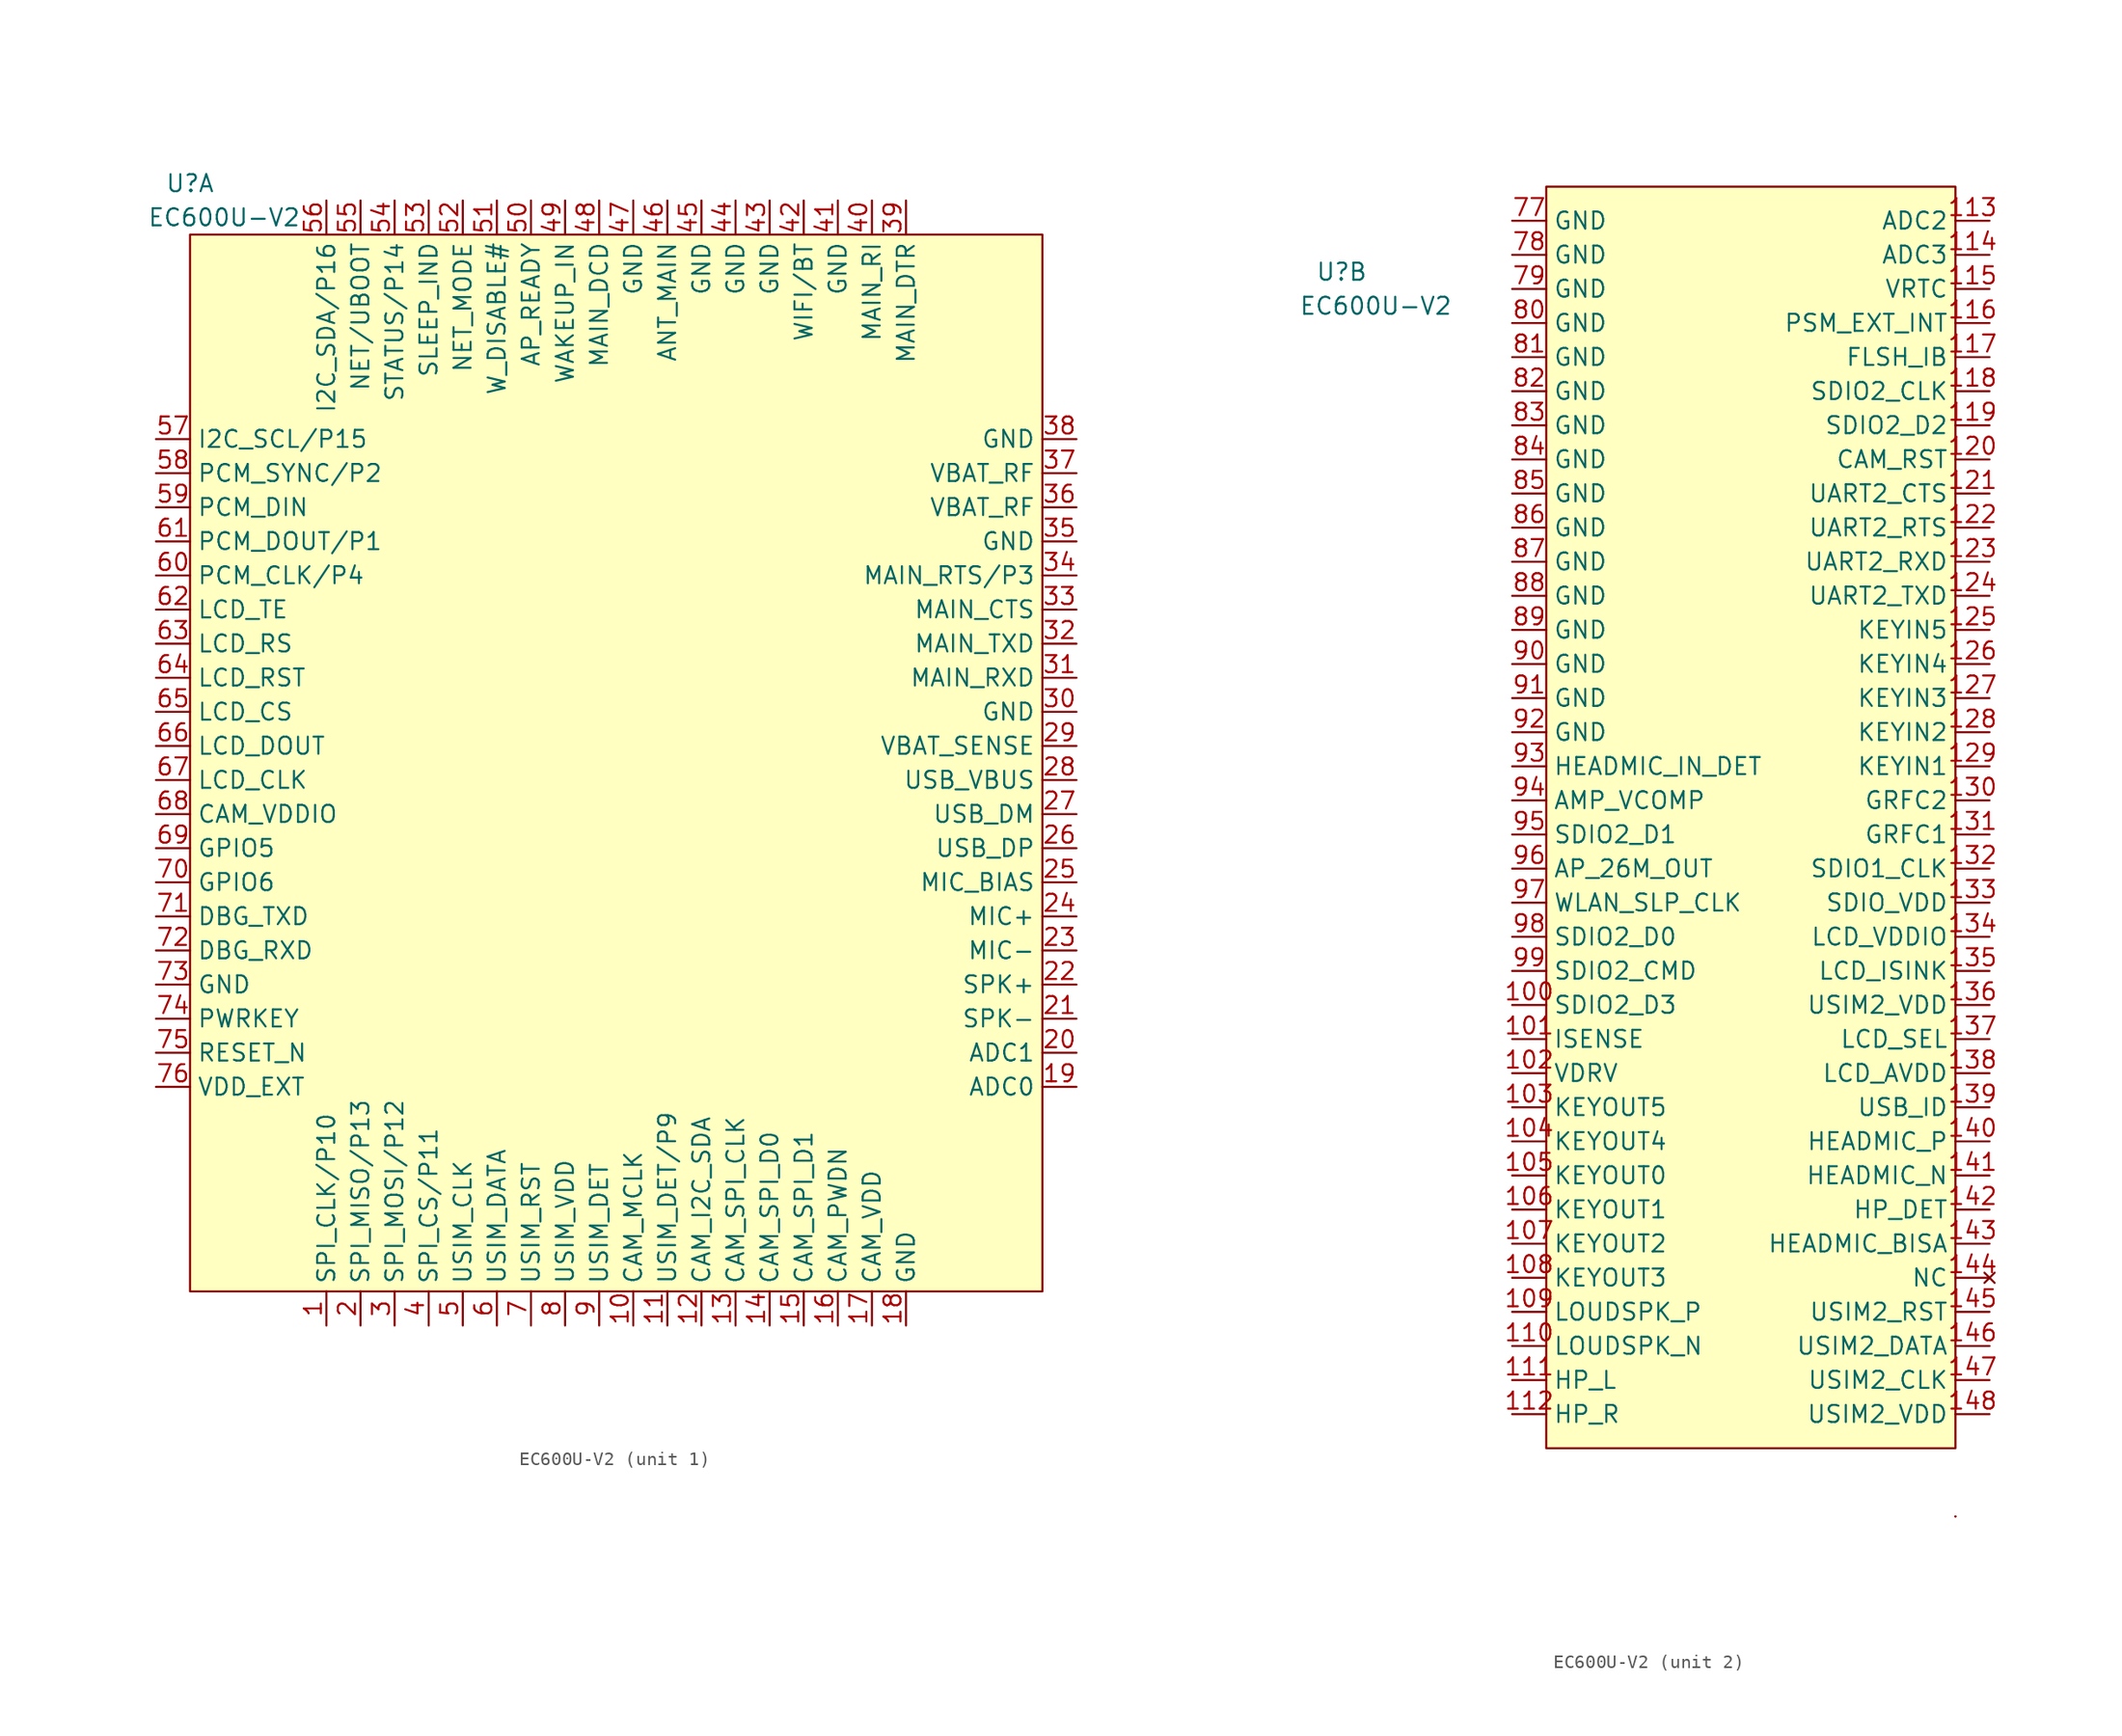
<source format=kicad_sym>
(kicad_symbol_lib
  (version 20211014)
  (generator kicad_symbol_editor)
  (symbol "EC600U-V2"
    (property "Reference" "U"
      (at -30.48 43.18 0)
      (effects (font (size 1.27 1.27))))
    (property "Value" "EC600U-V2"
      (at -27.94 40.64 0)
      (effects (font (size 1.27 1.27))))
    (property "ki_locked" ""
      (at 0 0 0)
      (effects (font (size 1.27 1.27))))
    (symbol "EC600U-V2_1_1"
      (rectangle (start -30.48 39.37) (end 33.02 -39.37) (stroke (width 0) (type default) (color 0 0 0 0)) (fill (type background)))
      (pin bidirectional line (at -20.32 -41.91 90) (length 2.54) (name "SPI_CLK/P10" (effects (font (size 1.27 1.27)))) (number "1" (effects (font (size 1.27 1.27)))))
      (pin bidirectional line (at 2.54 -41.91 90) (length 2.54) (name "CAM_MCLK" (effects (font (size 1.27 1.27)))) (number "10" (effects (font (size 1.27 1.27)))))
      (pin bidirectional line (at 5.08 -41.91 90) (length 2.54) (name "USIM_DET/P9" (effects (font (size 1.27 1.27)))) (number "11" (effects (font (size 1.27 1.27)))))
      (pin bidirectional line (at 7.62 -41.91 90) (length 2.54) (name "CAM_I2C_SDA" (effects (font (size 1.27 1.27)))) (number "12" (effects (font (size 1.27 1.27)))))
      (pin bidirectional line (at 10.16 -41.91 90) (length 2.54) (name "CAM_SPI_CLK" (effects (font (size 1.27 1.27)))) (number "13" (effects (font (size 1.27 1.27)))))
      (pin bidirectional line (at 12.7 -41.91 90) (length 2.54) (name "CAM_SPI_D0" (effects (font (size 1.27 1.27)))) (number "14" (effects (font (size 1.27 1.27)))))
      (pin bidirectional line (at 15.24 -41.91 90) (length 2.54) (name "CAM_SPI_D1" (effects (font (size 1.27 1.27)))) (number "15" (effects (font (size 1.27 1.27)))))
      (pin bidirectional line (at 17.78 -41.91 90) (length 2.54) (name "CAM_PWDN" (effects (font (size 1.27 1.27)))) (number "16" (effects (font (size 1.27 1.27)))))
      (pin bidirectional line (at 20.32 -41.91 90) (length 2.54) (name "CAM_VDD" (effects (font (size 1.27 1.27)))) (number "17" (effects (font (size 1.27 1.27)))))
      (pin power_in line (at 22.86 -41.91 90) (length 2.54) (name "GND" (effects (font (size 1.27 1.27)))) (number "18" (effects (font (size 1.27 1.27)))))
      (pin input line (at 35.56 -24.13 180) (length 2.54) (name "ADC0" (effects (font (size 1.27 1.27)))) (number "19" (effects (font (size 1.27 1.27)))))
      (pin bidirectional line (at -17.78 -41.91 90) (length 2.54) (name "SPI_MISO/P13" (effects (font (size 1.27 1.27)))) (number "2" (effects (font (size 1.27 1.27)))))
      (pin input line (at 35.56 -21.59 180) (length 2.54) (name "ADC1" (effects (font (size 1.27 1.27)))) (number "20" (effects (font (size 1.27 1.27)))))
      (pin bidirectional line (at 35.56 -19.05 180) (length 2.54) (name "SPK-" (effects (font (size 1.27 1.27)))) (number "21" (effects (font (size 1.27 1.27)))))
      (pin bidirectional line (at 35.56 -16.51 180) (length 2.54) (name "SPK+" (effects (font (size 1.27 1.27)))) (number "22" (effects (font (size 1.27 1.27)))))
      (pin bidirectional line (at 35.56 -13.97 180) (length 2.54) (name "MIC-" (effects (font (size 1.27 1.27)))) (number "23" (effects (font (size 1.27 1.27)))))
      (pin bidirectional line (at 35.56 -11.43 180) (length 2.54) (name "MIC+" (effects (font (size 1.27 1.27)))) (number "24" (effects (font (size 1.27 1.27)))))
      (pin bidirectional line (at 35.56 -8.89 180) (length 2.54) (name "MIC_BIAS" (effects (font (size 1.27 1.27)))) (number "25" (effects (font (size 1.27 1.27)))))
      (pin bidirectional line (at 35.56 -6.35 180) (length 2.54) (name "USB_DP" (effects (font (size 1.27 1.27)))) (number "26" (effects (font (size 1.27 1.27)))))
      (pin bidirectional line (at 35.56 -3.81 180) (length 2.54) (name "USB_DM" (effects (font (size 1.27 1.27)))) (number "27" (effects (font (size 1.27 1.27)))))
      (pin input line (at 35.56 -1.27 180) (length 2.54) (name "USB_VBUS" (effects (font (size 1.27 1.27)))) (number "28" (effects (font (size 1.27 1.27)))))
      (pin power_in line (at 35.56 1.27 180) (length 2.54) (name "VBAT_SENSE" (effects (font (size 1.27 1.27)))) (number "29" (effects (font (size 1.27 1.27)))))
      (pin bidirectional line (at -15.24 -41.91 90) (length 2.54) (name "SPI_MOSI/P12" (effects (font (size 1.27 1.27)))) (number "3" (effects (font (size 1.27 1.27)))))
      (pin power_in line (at 35.56 3.81 180) (length 2.54) (name "GND" (effects (font (size 1.27 1.27)))) (number "30" (effects (font (size 1.27 1.27)))))
      (pin bidirectional line (at 35.56 6.35 180) (length 2.54) (name "MAIN_RXD" (effects (font (size 1.27 1.27)))) (number "31" (effects (font (size 1.27 1.27)))))
      (pin bidirectional line (at 35.56 8.89 180) (length 2.54) (name "MAIN_TXD" (effects (font (size 1.27 1.27)))) (number "32" (effects (font (size 1.27 1.27)))))
      (pin bidirectional line (at 35.56 11.43 180) (length 2.54) (name "MAIN_CTS" (effects (font (size 1.27 1.27)))) (number "33" (effects (font (size 1.27 1.27)))))
      (pin bidirectional line (at 35.56 13.97 180) (length 2.54) (name "MAIN_RTS/P3" (effects (font (size 1.27 1.27)))) (number "34" (effects (font (size 1.27 1.27)))))
      (pin power_in line (at 35.56 16.51 180) (length 2.54) (name "GND" (effects (font (size 1.27 1.27)))) (number "35" (effects (font (size 1.27 1.27)))))
      (pin power_in line (at 35.56 19.05 180) (length 2.54) (name "VBAT_RF" (effects (font (size 1.27 1.27)))) (number "36" (effects (font (size 1.27 1.27)))))
      (pin power_in line (at 35.56 21.59 180) (length 2.54) (name "VBAT_RF" (effects (font (size 1.27 1.27)))) (number "37" (effects (font (size 1.27 1.27)))))
      (pin power_in line (at 35.56 24.13 180) (length 2.54) (name "GND" (effects (font (size 1.27 1.27)))) (number "38" (effects (font (size 1.27 1.27)))))
      (pin bidirectional line (at 22.86 41.91 270) (length 2.54) (name "MAIN_DTR" (effects (font (size 1.27 1.27)))) (number "39" (effects (font (size 1.27 1.27)))))
      (pin bidirectional line (at -12.7 -41.91 90) (length 2.54) (name "SPI_CS/P11" (effects (font (size 1.27 1.27)))) (number "4" (effects (font (size 1.27 1.27)))))
      (pin bidirectional line (at 20.32 41.91 270) (length 2.54) (name "MAIN_RI" (effects (font (size 1.27 1.27)))) (number "40" (effects (font (size 1.27 1.27)))))
      (pin bidirectional line (at 17.78 41.91 270) (length 2.54) (name "GND" (effects (font (size 1.27 1.27)))) (number "41" (effects (font (size 1.27 1.27)))))
      (pin bidirectional line (at 15.24 41.91 270) (length 2.54) (name "WIFI/BT" (effects (font (size 1.27 1.27)))) (number "42" (effects (font (size 1.27 1.27)))))
      (pin power_in line (at 12.7 41.91 270) (length 2.54) (name "GND" (effects (font (size 1.27 1.27)))) (number "43" (effects (font (size 1.27 1.27)))))
      (pin power_in line (at 10.16 41.91 270) (length 2.54) (name "GND" (effects (font (size 1.27 1.27)))) (number "44" (effects (font (size 1.27 1.27)))))
      (pin power_in line (at 7.62 41.91 270) (length 2.54) (name "GND" (effects (font (size 1.27 1.27)))) (number "45" (effects (font (size 1.27 1.27)))))
      (pin bidirectional line (at 5.08 41.91 270) (length 2.54) (name "ANT_MAIN" (effects (font (size 1.27 1.27)))) (number "46" (effects (font (size 1.27 1.27)))))
      (pin power_in line (at 2.54 41.91 270) (length 2.54) (name "GND" (effects (font (size 1.27 1.27)))) (number "47" (effects (font (size 1.27 1.27)))))
      (pin bidirectional line (at 0 41.91 270) (length 2.54) (name "MAIN_DCD" (effects (font (size 1.27 1.27)))) (number "48" (effects (font (size 1.27 1.27)))))
      (pin bidirectional line (at -2.54 41.91 270) (length 2.54) (name "WAKEUP_IN" (effects (font (size 1.27 1.27)))) (number "49" (effects (font (size 1.27 1.27)))))
      (pin bidirectional line (at -10.16 -41.91 90) (length 2.54) (name "USIM_CLK" (effects (font (size 1.27 1.27)))) (number "5" (effects (font (size 1.27 1.27)))))
      (pin bidirectional line (at -5.08 41.91 270) (length 2.54) (name "AP_READY" (effects (font (size 1.27 1.27)))) (number "50" (effects (font (size 1.27 1.27)))))
      (pin bidirectional line (at -7.62 41.91 270) (length 2.54) (name "W_DISABLE#" (effects (font (size 1.27 1.27)))) (number "51" (effects (font (size 1.27 1.27)))))
      (pin bidirectional line (at -10.16 41.91 270) (length 2.54) (name "NET_MODE" (effects (font (size 1.27 1.27)))) (number "52" (effects (font (size 1.27 1.27)))))
      (pin bidirectional line (at -12.7 41.91 270) (length 2.54) (name "SLEEP_IND" (effects (font (size 1.27 1.27)))) (number "53" (effects (font (size 1.27 1.27)))))
      (pin bidirectional line (at -15.24 41.91 270) (length 2.54) (name "STATUS/P14" (effects (font (size 1.27 1.27)))) (number "54" (effects (font (size 1.27 1.27)))))
      (pin bidirectional line (at -17.78 41.91 270) (length 2.54) (name "NET/UBOOT" (effects (font (size 1.27 1.27)))) (number "55" (effects (font (size 1.27 1.27)))))
      (pin bidirectional line (at -20.32 41.91 270) (length 2.54) (name "I2C_SDA/P16" (effects (font (size 1.27 1.27)))) (number "56" (effects (font (size 1.27 1.27)))))
      (pin bidirectional line (at -33.02 24.13 0) (length 2.54) (name "I2C_SCL/P15" (effects (font (size 1.27 1.27)))) (number "57" (effects (font (size 1.27 1.27)))))
      (pin bidirectional line (at -33.02 21.59 0) (length 2.54) (name "PCM_SYNC/P2" (effects (font (size 1.27 1.27)))) (number "58" (effects (font (size 1.27 1.27)))))
      (pin bidirectional line (at -33.02 19.05 0) (length 2.54) (name "PCM_DIN" (effects (font (size 1.27 1.27)))) (number "59" (effects (font (size 1.27 1.27)))))
      (pin bidirectional line (at -7.62 -41.91 90) (length 2.54) (name "USIM_DATA" (effects (font (size 1.27 1.27)))) (number "6" (effects (font (size 1.27 1.27)))))
      (pin bidirectional line (at -33.02 13.97 0) (length 2.54) (name "PCM_CLK/P4" (effects (font (size 1.27 1.27)))) (number "60" (effects (font (size 1.27 1.27)))))
      (pin bidirectional line (at -33.02 16.51 0) (length 2.54) (name "PCM_DOUT/P1" (effects (font (size 1.27 1.27)))) (number "61" (effects (font (size 1.27 1.27)))))
      (pin bidirectional line (at -33.02 11.43 0) (length 2.54) (name "LCD_TE" (effects (font (size 1.27 1.27)))) (number "62" (effects (font (size 1.27 1.27)))))
      (pin bidirectional line (at -33.02 8.89 0) (length 2.54) (name "LCD_RS" (effects (font (size 1.27 1.27)))) (number "63" (effects (font (size 1.27 1.27)))))
      (pin bidirectional line (at -33.02 6.35 0) (length 2.54) (name "LCD_RST" (effects (font (size 1.27 1.27)))) (number "64" (effects (font (size 1.27 1.27)))))
      (pin bidirectional line (at -33.02 3.81 0) (length 2.54) (name "LCD_CS" (effects (font (size 1.27 1.27)))) (number "65" (effects (font (size 1.27 1.27)))))
      (pin bidirectional line (at -33.02 1.27 0) (length 2.54) (name "LCD_DOUT" (effects (font (size 1.27 1.27)))) (number "66" (effects (font (size 1.27 1.27)))))
      (pin bidirectional line (at -33.02 -1.27 0) (length 2.54) (name "LCD_CLK" (effects (font (size 1.27 1.27)))) (number "67" (effects (font (size 1.27 1.27)))))
      (pin bidirectional line (at -33.02 -3.81 0) (length 2.54) (name "CAM_VDDIO" (effects (font (size 1.27 1.27)))) (number "68" (effects (font (size 1.27 1.27)))))
      (pin bidirectional line (at -33.02 -6.35 0) (length 2.54) (name "GPIO5" (effects (font (size 1.27 1.27)))) (number "69" (effects (font (size 1.27 1.27)))))
      (pin bidirectional line (at -5.08 -41.91 90) (length 2.54) (name "USIM_RST" (effects (font (size 1.27 1.27)))) (number "7" (effects (font (size 1.27 1.27)))))
      (pin bidirectional line (at -33.02 -8.89 0) (length 2.54) (name "GPIO6" (effects (font (size 1.27 1.27)))) (number "70" (effects (font (size 1.27 1.27)))))
      (pin bidirectional line (at -33.02 -11.43 0) (length 2.54) (name "DBG_TXD" (effects (font (size 1.27 1.27)))) (number "71" (effects (font (size 1.27 1.27)))))
      (pin bidirectional line (at -33.02 -13.97 0) (length 2.54) (name "DBG_RXD" (effects (font (size 1.27 1.27)))) (number "72" (effects (font (size 1.27 1.27)))))
      (pin power_in line (at -33.02 -16.51 0) (length 2.54) (name "GND" (effects (font (size 1.27 1.27)))) (number "73" (effects (font (size 1.27 1.27)))))
      (pin input line (at -33.02 -19.05 0) (length 2.54) (name "PWRKEY" (effects (font (size 1.27 1.27)))) (number "74" (effects (font (size 1.27 1.27)))))
      (pin input line (at -33.02 -21.59 0) (length 2.54) (name "RESET_N" (effects (font (size 1.27 1.27)))) (number "75" (effects (font (size 1.27 1.27)))))
      (pin power_out line (at -33.02 -24.13 0) (length 2.54) (name "VDD_EXT" (effects (font (size 1.27 1.27)))) (number "76" (effects (font (size 1.27 1.27)))))
      (pin power_out line (at -2.54 -41.91 90) (length 2.54) (name "USIM_VDD" (effects (font (size 1.27 1.27)))) (number "8" (effects (font (size 1.27 1.27)))))
      (pin input line (at 0 -41.91 90) (length 2.54) (name "USIM_DET" (effects (font (size 1.27 1.27)))) (number "9" (effects (font (size 1.27 1.27))))))
    (symbol "EC600U-V2_2_1"
      (rectangle (start -15.24 49.53) (end 15.24 -44.45) (stroke (width 0) (type default) (color 0 0 0 0)) (fill (type background)))
      (rectangle (start 15.24 -49.53) (end 15.24 -49.53) (stroke (width 0) (type default) (color 0 0 0 0)) (fill (type none)))
      (rectangle (start 15.24 -49.53) (end 15.24 -49.53) (stroke (width 0) (type default) (color 0 0 0 0)) (fill (type none)))
      (pin bidirectional line (at -17.78 -11.43 0) (length 2.54) (name "SDIO2_D3" (effects (font (size 1.27 1.27)))) (number "100" (effects (font (size 1.27 1.27)))))
      (pin power_in line (at -17.78 -13.97 0) (length 2.54) (name "ISENSE" (effects (font (size 1.27 1.27)))) (number "101" (effects (font (size 1.27 1.27)))))
      (pin power_out line (at -17.78 -16.51 0) (length 2.54) (name "VDRV" (effects (font (size 1.27 1.27)))) (number "102" (effects (font (size 1.27 1.27)))))
      (pin bidirectional line (at -17.78 -19.05 0) (length 2.54) (name "KEYOUT5" (effects (font (size 1.27 1.27)))) (number "103" (effects (font (size 1.27 1.27)))))
      (pin bidirectional line (at -17.78 -21.59 0) (length 2.54) (name "KEYOUT4" (effects (font (size 1.27 1.27)))) (number "104" (effects (font (size 1.27 1.27)))))
      (pin bidirectional line (at -17.78 -24.13 0) (length 2.54) (name "KEYOUT0" (effects (font (size 1.27 1.27)))) (number "105" (effects (font (size 1.27 1.27)))))
      (pin bidirectional line (at -17.78 -26.67 0) (length 2.54) (name "KEYOUT1" (effects (font (size 1.27 1.27)))) (number "106" (effects (font (size 1.27 1.27)))))
      (pin bidirectional line (at -17.78 -29.21 0) (length 2.54) (name "KEYOUT2" (effects (font (size 1.27 1.27)))) (number "107" (effects (font (size 1.27 1.27)))))
      (pin bidirectional line (at -17.78 -31.75 0) (length 2.54) (name "KEYOUT3" (effects (font (size 1.27 1.27)))) (number "108" (effects (font (size 1.27 1.27)))))
      (pin bidirectional line (at -17.78 -34.29 0) (length 2.54) (name "LOUDSPK_P" (effects (font (size 1.27 1.27)))) (number "109" (effects (font (size 1.27 1.27)))))
      (pin bidirectional line (at -17.78 -36.83 0) (length 2.54) (name "LOUDSPK_N" (effects (font (size 1.27 1.27)))) (number "110" (effects (font (size 1.27 1.27)))))
      (pin bidirectional line (at -17.78 -39.37 0) (length 2.54) (name "HP_L" (effects (font (size 1.27 1.27)))) (number "111" (effects (font (size 1.27 1.27)))))
      (pin bidirectional line (at -17.78 -41.91 0) (length 2.54) (name "HP_R" (effects (font (size 1.27 1.27)))) (number "112" (effects (font (size 1.27 1.27)))))
      (pin input line (at 17.78 46.99 180) (length 2.54) (name "ADC2" (effects (font (size 1.27 1.27)))) (number "113" (effects (font (size 1.27 1.27)))))
      (pin input line (at 17.78 44.45 180) (length 2.54) (name "ADC3" (effects (font (size 1.27 1.27)))) (number "114" (effects (font (size 1.27 1.27)))))
      (pin power_in line (at 17.78 41.91 180) (length 2.54) (name "VRTC" (effects (font (size 1.27 1.27)))) (number "115" (effects (font (size 1.27 1.27)))))
      (pin bidirectional line (at 17.78 39.37 180) (length 2.54) (name "PSM_EXT_INT" (effects (font (size 1.27 1.27)))) (number "116" (effects (font (size 1.27 1.27)))))
      (pin power_in line (at 17.78 36.83 180) (length 2.54) (name "FLSH_IB" (effects (font (size 1.27 1.27)))) (number "117" (effects (font (size 1.27 1.27)))))
      (pin bidirectional line (at 17.78 34.29 180) (length 2.54) (name "SDIO2_CLK" (effects (font (size 1.27 1.27)))) (number "118" (effects (font (size 1.27 1.27)))))
      (pin bidirectional line (at 17.78 31.75 180) (length 2.54) (name "SDIO2_D2" (effects (font (size 1.27 1.27)))) (number "119" (effects (font (size 1.27 1.27)))))
      (pin bidirectional line (at 17.78 29.21 180) (length 2.54) (name "CAM_RST" (effects (font (size 1.27 1.27)))) (number "120" (effects (font (size 1.27 1.27)))))
      (pin bidirectional line (at 17.78 26.67 180) (length 2.54) (name "UART2_CTS" (effects (font (size 1.27 1.27)))) (number "121" (effects (font (size 1.27 1.27)))))
      (pin bidirectional line (at 17.78 24.13 180) (length 2.54) (name "UART2_RTS" (effects (font (size 1.27 1.27)))) (number "122" (effects (font (size 1.27 1.27)))))
      (pin bidirectional line (at 17.78 21.59 180) (length 2.54) (name "UART2_RXD" (effects (font (size 1.27 1.27)))) (number "123" (effects (font (size 1.27 1.27)))))
      (pin bidirectional line (at 17.78 19.05 180) (length 2.54) (name "UART2_TXD" (effects (font (size 1.27 1.27)))) (number "124" (effects (font (size 1.27 1.27)))))
      (pin bidirectional line (at 17.78 16.51 180) (length 2.54) (name "KEYIN5" (effects (font (size 1.27 1.27)))) (number "125" (effects (font (size 1.27 1.27)))))
      (pin bidirectional line (at 17.78 13.97 180) (length 2.54) (name "KEYIN4" (effects (font (size 1.27 1.27)))) (number "126" (effects (font (size 1.27 1.27)))))
      (pin bidirectional line (at 17.78 11.43 180) (length 2.54) (name "KEYIN3" (effects (font (size 1.27 1.27)))) (number "127" (effects (font (size 1.27 1.27)))))
      (pin bidirectional line (at 17.78 8.89 180) (length 2.54) (name "KEYIN2" (effects (font (size 1.27 1.27)))) (number "128" (effects (font (size 1.27 1.27)))))
      (pin bidirectional line (at 17.78 6.35 180) (length 2.54) (name "KEYIN1" (effects (font (size 1.27 1.27)))) (number "129" (effects (font (size 1.27 1.27)))))
      (pin bidirectional line (at 17.78 3.81 180) (length 2.54) (name "GRFC2" (effects (font (size 1.27 1.27)))) (number "130" (effects (font (size 1.27 1.27)))))
      (pin bidirectional line (at 17.78 1.27 180) (length 2.54) (name "GRFC1" (effects (font (size 1.27 1.27)))) (number "131" (effects (font (size 1.27 1.27)))))
      (pin bidirectional line (at 17.78 -1.27 180) (length 2.54) (name "SDIO1_CLK" (effects (font (size 1.27 1.27)))) (number "132" (effects (font (size 1.27 1.27)))))
      (pin power_out line (at 17.78 -3.81 180) (length 2.54) (name "SDIO_VDD" (effects (font (size 1.27 1.27)))) (number "133" (effects (font (size 1.27 1.27)))))
      (pin power_out line (at 17.78 -6.35 180) (length 2.54) (name "LCD_VDDIO" (effects (font (size 1.27 1.27)))) (number "134" (effects (font (size 1.27 1.27)))))
      (pin bidirectional line (at 17.78 -8.89 180) (length 2.54) (name "LCD_ISINK" (effects (font (size 1.27 1.27)))) (number "135" (effects (font (size 1.27 1.27)))))
      (pin power_out line (at 17.78 -11.43 180) (length 2.54) (name "USIM2_VDD" (effects (font (size 1.27 1.27)))) (number "136" (effects (font (size 1.27 1.27)))))
      (pin bidirectional line (at 17.78 -13.97 180) (length 2.54) (name "LCD_SEL" (effects (font (size 1.27 1.27)))) (number "137" (effects (font (size 1.27 1.27)))))
      (pin power_out line (at 17.78 -16.51 180) (length 2.54) (name "LCD_AVDD" (effects (font (size 1.27 1.27)))) (number "138" (effects (font (size 1.27 1.27)))))
      (pin input line (at 17.78 -19.05 180) (length 2.54) (name "USB_ID" (effects (font (size 1.27 1.27)))) (number "139" (effects (font (size 1.27 1.27)))))
      (pin bidirectional line (at 17.78 -21.59 180) (length 2.54) (name "HEADMIC_P" (effects (font (size 1.27 1.27)))) (number "140" (effects (font (size 1.27 1.27)))))
      (pin bidirectional line (at 17.78 -24.13 180) (length 2.54) (name "HEADMIC_N" (effects (font (size 1.27 1.27)))) (number "141" (effects (font (size 1.27 1.27)))))
      (pin bidirectional line (at 17.78 -26.67 180) (length 2.54) (name "HP_DET" (effects (font (size 1.27 1.27)))) (number "142" (effects (font (size 1.27 1.27)))))
      (pin bidirectional line (at 17.78 -29.21 180) (length 2.54) (name "HEADMIC_BISA" (effects (font (size 1.27 1.27)))) (number "143" (effects (font (size 1.27 1.27)))))
      (pin no_connect line (at 17.78 -31.75 180) (length 2.54) (name "NC" (effects (font (size 1.27 1.27)))) (number "144" (effects (font (size 1.27 1.27)))))
      (pin bidirectional line (at 17.78 -34.29 180) (length 2.54) (name "USIM2_RST" (effects (font (size 1.27 1.27)))) (number "145" (effects (font (size 1.27 1.27)))))
      (pin bidirectional line (at 17.78 -36.83 180) (length 2.54) (name "USIM2_DATA" (effects (font (size 1.27 1.27)))) (number "146" (effects (font (size 1.27 1.27)))))
      (pin bidirectional line (at 17.78 -39.37 180) (length 2.54) (name "USIM2_CLK" (effects (font (size 1.27 1.27)))) (number "147" (effects (font (size 1.27 1.27)))))
      (pin power_out line (at 17.78 -41.91 180) (length 2.54) (name "USIM2_VDD" (effects (font (size 1.27 1.27)))) (number "148" (effects (font (size 1.27 1.27)))))
      (pin power_in line (at -17.78 46.99 0) (length 2.54) (name "GND" (effects (font (size 1.27 1.27)))) (number "77" (effects (font (size 1.27 1.27)))))
      (pin power_in line (at -17.78 44.45 0) (length 2.54) (name "GND" (effects (font (size 1.27 1.27)))) (number "78" (effects (font (size 1.27 1.27)))))
      (pin power_in line (at -17.78 41.91 0) (length 2.54) (name "GND" (effects (font (size 1.27 1.27)))) (number "79" (effects (font (size 1.27 1.27)))))
      (pin power_in line (at -17.78 39.37 0) (length 2.54) (name "GND" (effects (font (size 1.27 1.27)))) (number "80" (effects (font (size 1.27 1.27)))))
      (pin power_in line (at -17.78 36.83 0) (length 2.54) (name "GND" (effects (font (size 1.27 1.27)))) (number "81" (effects (font (size 1.27 1.27)))))
      (pin power_in line (at -17.78 34.29 0) (length 2.54) (name "GND" (effects (font (size 1.27 1.27)))) (number "82" (effects (font (size 1.27 1.27)))))
      (pin power_in line (at -17.78 31.75 0) (length 2.54) (name "GND" (effects (font (size 1.27 1.27)))) (number "83" (effects (font (size 1.27 1.27)))))
      (pin power_in line (at -17.78 29.21 0) (length 2.54) (name "GND" (effects (font (size 1.27 1.27)))) (number "84" (effects (font (size 1.27 1.27)))))
      (pin power_in line (at -17.78 26.67 0) (length 2.54) (name "GND" (effects (font (size 1.27 1.27)))) (number "85" (effects (font (size 1.27 1.27)))))
      (pin power_in line (at -17.78 24.13 0) (length 2.54) (name "GND" (effects (font (size 1.27 1.27)))) (number "86" (effects (font (size 1.27 1.27)))))
      (pin power_in line (at -17.78 21.59 0) (length 2.54) (name "GND" (effects (font (size 1.27 1.27)))) (number "87" (effects (font (size 1.27 1.27)))))
      (pin power_in line (at -17.78 19.05 0) (length 2.54) (name "GND" (effects (font (size 1.27 1.27)))) (number "88" (effects (font (size 1.27 1.27)))))
      (pin power_in line (at -17.78 16.51 0) (length 2.54) (name "GND" (effects (font (size 1.27 1.27)))) (number "89" (effects (font (size 1.27 1.27)))))
      (pin power_in line (at -17.78 13.97 0) (length 2.54) (name "GND" (effects (font (size 1.27 1.27)))) (number "90" (effects (font (size 1.27 1.27)))))
      (pin power_in line (at -17.78 11.43 0) (length 2.54) (name "GND" (effects (font (size 1.27 1.27)))) (number "91" (effects (font (size 1.27 1.27)))))
      (pin power_in line (at -17.78 8.89 0) (length 2.54) (name "GND" (effects (font (size 1.27 1.27)))) (number "92" (effects (font (size 1.27 1.27)))))
      (pin input line (at -17.78 6.35 0) (length 2.54) (name "HEADMIC_IN_DET" (effects (font (size 1.27 1.27)))) (number "93" (effects (font (size 1.27 1.27)))))
      (pin bidirectional line (at -17.78 3.81 0) (length 2.54) (name "AMP_VCOMP" (effects (font (size 1.27 1.27)))) (number "94" (effects (font (size 1.27 1.27)))))
      (pin bidirectional line (at -17.78 1.27 0) (length 2.54) (name "SDIO2_D1" (effects (font (size 1.27 1.27)))) (number "95" (effects (font (size 1.27 1.27)))))
      (pin output line (at -17.78 -1.27 0) (length 2.54) (name "AP_26M_OUT" (effects (font (size 1.27 1.27)))) (number "96" (effects (font (size 1.27 1.27)))))
      (pin bidirectional line (at -17.78 -3.81 0) (length 2.54) (name "WLAN_SLP_CLK" (effects (font (size 1.27 1.27)))) (number "97" (effects (font (size 1.27 1.27)))))
      (pin bidirectional line (at -17.78 -6.35 0) (length 2.54) (name "SDIO2_D0" (effects (font (size 1.27 1.27)))) (number "98" (effects (font (size 1.27 1.27)))))
      (pin bidirectional line (at -17.78 -8.89 0) (length 2.54) (name "SDIO2_CMD" (effects (font (size 1.27 1.27)))) (number "99" (effects (font (size 1.27 1.27))))))))
</source>
